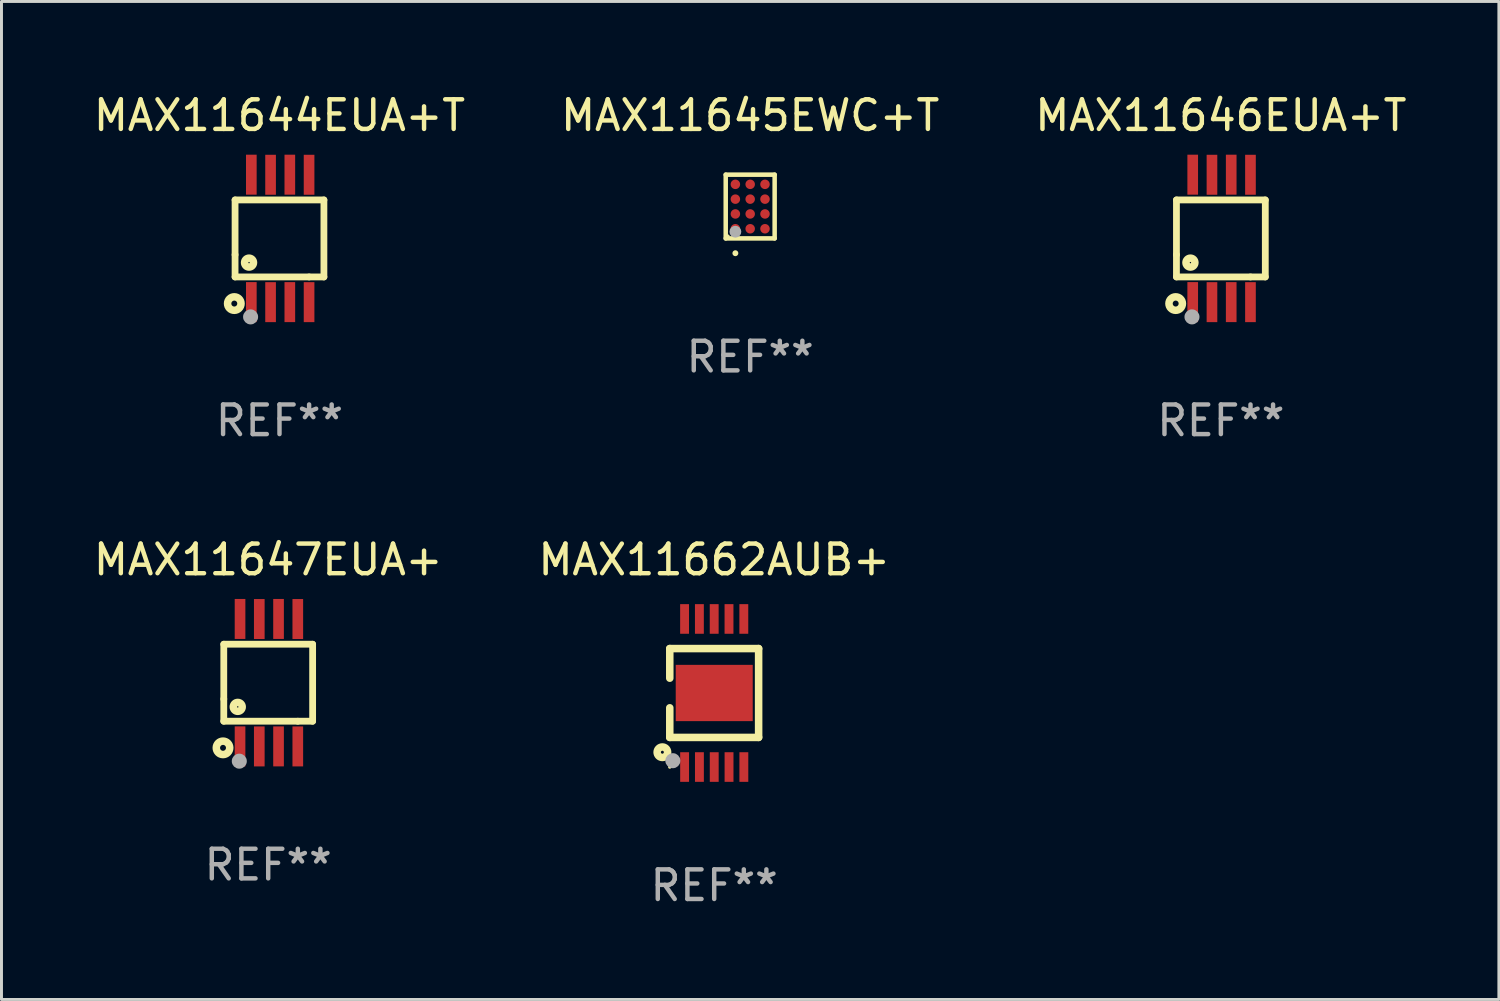
<source format=kicad_pcb>
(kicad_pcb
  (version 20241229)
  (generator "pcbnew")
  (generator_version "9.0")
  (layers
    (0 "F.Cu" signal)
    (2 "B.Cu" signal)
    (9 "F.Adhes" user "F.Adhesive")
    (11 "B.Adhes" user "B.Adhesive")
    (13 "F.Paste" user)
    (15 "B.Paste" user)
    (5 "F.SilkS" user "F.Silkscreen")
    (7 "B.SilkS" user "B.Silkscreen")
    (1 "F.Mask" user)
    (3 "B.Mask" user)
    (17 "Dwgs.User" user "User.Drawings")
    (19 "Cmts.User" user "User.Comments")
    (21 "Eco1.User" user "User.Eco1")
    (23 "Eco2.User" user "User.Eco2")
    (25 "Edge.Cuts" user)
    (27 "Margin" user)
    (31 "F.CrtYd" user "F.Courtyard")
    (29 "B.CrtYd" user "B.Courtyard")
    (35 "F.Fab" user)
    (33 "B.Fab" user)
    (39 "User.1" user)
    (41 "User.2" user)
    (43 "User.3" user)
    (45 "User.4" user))
  (footprint "MAX11647EUA+"
    (layer "F.Cu")
    (at 6.006 20.001)
    (property "Reference" "MAX11647EUA+" (at 0 -4.152 0) (layer "F.SilkS") (effects (font (size 1 1) (thickness 0.15))))
    (attr through_hole)
    (fp_line (start -1.5 1.301) (end 1 1.301) (stroke (width 0.229) (type solid)) (layer "F.SilkS"))
    (fp_line (start -1.5 -1.299) (end -1.5 0.551) (stroke (width 0.229) (type solid)) (layer "F.SilkS"))
    (fp_line (start -1.5 0.551) (end -1.5 1.301) (stroke (width 0.229) (type solid)) (layer "F.SilkS"))
    (fp_line (start 1 1.301) (end 1.5 1.301) (stroke (width 0.229) (type solid)) (layer "F.SilkS"))
    (fp_line (start 1.5 1.301) (end 1.5 -1.299) (stroke (width 0.229) (type solid)) (layer "F.SilkS"))
    (fp_line (start 1.5 -1.299) (end -1.5 -1.299) (stroke (width 0.229) (type solid)) (layer "F.SilkS"))
    (fp_circle (center -1.526 2.2) (end -1.426 2.2) (stroke (width 0.254) (type solid)) (fill no) (layer "F.SilkS"))
    (fp_circle (center -1.476 2.45) (end -1.446 2.45) (stroke (width 0.06) (type solid)) (fill no) (layer "F.SilkS"))
    (fp_circle (center -1.028 0.817) (end -0.878 0.817) (stroke (width 0.254) (type solid)) (fill no) (layer "F.SilkS"))
    (fp_circle (center -0.976 2.65) (end -0.849 2.65) (stroke (width 0.254) (type solid)) (fill no) (layer "F.Fab"))
    (fp_text user "REF**" (at 0 6.152 0) (layer "F.Fab") (effects (font (size 1 1) (thickness 0.15))))
    (pad "1" smd rect (at -0.951 2.15) (size 0.36 1.35) (layers "F.Cu" "F.Mask" "F.Paste"))
    (pad "2" smd rect (at -0.301 2.152) (size 0.36 1.35) (layers "F.Cu" "F.Mask" "F.Paste"))
    (pad "3" smd rect (at 0.349 2.151) (size 0.36 1.35) (layers "F.Cu" "F.Mask" "F.Paste"))
    (pad "4" smd rect (at 0.999 2.152) (size 0.36 1.35) (layers "F.Cu" "F.Mask" "F.Paste"))
    (pad "5" smd rect (at 0.999 -2.149) (size 0.36 1.35) (layers "F.Cu" "F.Mask" "F.Paste"))
    (pad "6" smd rect (at 0.349 -2.152) (size 0.36 1.35) (layers "F.Cu" "F.Mask" "F.Paste"))
    (pad "7" smd rect (at -0.301 -2.149) (size 0.36 1.35) (layers "F.Cu" "F.Mask" "F.Paste"))
    (pad "8" smd rect (at -0.951 -2.152) (size 0.36 1.35) (layers "F.Cu" "F.Mask" "F.Paste")))
  (footprint "MAX11662AUB+"
    (layer "F.Cu")
    (at 21.065 20.349)
    (property "Reference" "MAX11662AUB+" (at 0 -4.5 0) (layer "F.SilkS") (effects (font (size 1 1) (thickness 0.15))))
    (attr through_hole)
    (fp_line (start -1.5 -1.5) (end -1.5 -0.5) (stroke (width 0.254) (type solid)) (layer "F.SilkS"))
    (fp_line (start -1.5 1.5) (end -1.5 0.5) (stroke (width 0.254) (type solid)) (layer "F.SilkS"))
    (fp_line (start -1.5 1.5) (end 1.5 1.5) (stroke (width 0.254) (type solid)) (layer "F.SilkS"))
    (fp_line (start 1.5 1.5) (end 1.5 -1.5) (stroke (width 0.254) (type solid)) (layer "F.SilkS"))
    (fp_line (start 1.5 -1.5) (end -1.5 -1.5) (stroke (width 0.254) (type solid)) (layer "F.SilkS"))
    (fp_circle (center -1.75 2) (end -1.573 2) (stroke (width 0.254) (type solid)) (fill no) (layer "F.SilkS"))
    (fp_circle (center -1.499 2.5) (end -1.469 2.5) (stroke (width 0.06) (type solid)) (fill no) (layer "F.SilkS"))
    (fp_circle (center -1.396 2.286) (end -1.269 2.286) (stroke (width 0.254) (type solid)) (fill no) (layer "F.Fab"))
    (fp_text user "REF**" (at 0 6.5 0) (layer "F.Fab") (effects (font (size 1 1) (thickness 0.15))))
    (pad "1" smd rect (at -0.999 2.5 180) (size 0.3 1) (layers "F.Cu" "F.Mask" "F.Paste"))
    (pad "2" smd rect (at -0.499 2.5 180) (size 0.3 1) (layers "F.Cu" "F.Mask" "F.Paste"))
    (pad "3" smd rect (at 0.001 2.5 180) (size 0.3 1) (layers "F.Cu" "F.Mask" "F.Paste"))
    (pad "4" smd rect (at 0.501 2.5 180) (size 0.3 1) (layers "F.Cu" "F.Mask" "F.Paste"))
    (pad "5" smd rect (at 1.001 2.5 180) (size 0.3 1) (layers "F.Cu" "F.Mask" "F.Paste"))
    (pad "6" smd rect (at 1 -2.5 180) (size 0.3 1) (layers "F.Cu" "F.Mask" "F.Paste"))
    (pad "7" smd rect (at 0.5 -2.5 180) (size 0.3 1) (layers "F.Cu" "F.Mask" "F.Paste"))
    (pad "8" smd rect (at -0.000165 -2.5 180) (size 0.3 1) (layers "F.Cu" "F.Mask" "F.Paste"))
    (pad "9" smd rect (at -0.5 -2.5 180) (size 0.3 1) (layers "F.Cu" "F.Mask" "F.Paste"))
    (pad "10" smd rect (at -1 -2.5 180) (size 0.3 1) (layers "F.Cu" "F.Mask" "F.Paste"))
    (pad "11" smd rect (at 0.001 -0.000127 270) (size 1.9 2.6) (layers "F.Cu" "F.Mask" "F.Paste")))
  (footprint "MAX11645EWC+T"
    (layer "F.Cu")
    (at 22.28 3.924)
    (property "Reference" "MAX11645EWC+T" (at 0 -3.076 0) (layer "F.SilkS") (effects (font (size 1 1) (thickness 0.15))))
    (attr through_hole)
    (fp_line (start -0.826 -1.076) (end 0.826 -1.076) (stroke (width 0.152) (type solid)) (layer "F.SilkS"))
    (fp_line (start -0.826 1.076) (end -0.826 -1.076) (stroke (width 0.152) (type solid)) (layer "F.SilkS"))
    (fp_line (start 0.826 -1.076) (end 0.826 1.076) (stroke (width 0.152) (type solid)) (layer "F.SilkS"))
    (fp_line (start 0.826 1.076) (end -0.826 1.076) (stroke (width 0.152) (type solid)) (layer "F.SilkS"))
    (fp_circle (center -0.75 1) (end -0.72 1) (stroke (width 0.06) (type solid)) (fill no) (layer "F.SilkS"))
    (fp_circle (center -0.5 1.576) (end -0.45 1.576) (stroke (width 0.1) (type solid)) (fill no) (layer "F.SilkS"))
    (fp_circle (center -0.5 0.85) (end -0.4 0.85) (stroke (width 0.2) (type solid)) (fill no) (layer "F.Fab"))
    (fp_text user "REF**" (at 0 5.076 0) (layer "F.Fab") (effects (font (size 1 1) (thickness 0.15))))
    (pad "A1" smd circle (at -0.5 0.75) (size 0.32 0.32) (layers "F.Cu" "F.Mask" "F.Paste"))
    (pad "A2" smd circle (at -0.5 0.25) (size 0.32 0.32) (layers "F.Cu" "F.Mask" "F.Paste"))
    (pad "A3" smd circle (at -0.5 -0.25) (size 0.32 0.32) (layers "F.Cu" "F.Mask" "F.Paste"))
    (pad "A4" smd circle (at -0.5 -0.75) (size 0.32 0.32) (layers "F.Cu" "F.Mask" "F.Paste"))
    (pad "B1" smd circle (at -0.000013 0.75) (size 0.32 0.32) (layers "F.Cu" "F.Mask" "F.Paste"))
    (pad "B2" smd circle (at -0.000013 0.25) (size 0.32 0.32) (layers "F.Cu" "F.Mask" "F.Paste"))
    (pad "B3" smd circle (at -0.000013 -0.25) (size 0.32 0.32) (layers "F.Cu" "F.Mask" "F.Paste"))
    (pad "B4" smd circle (at -0.000013 -0.75) (size 0.32 0.32) (layers "F.Cu" "F.Mask" "F.Paste"))
    (pad "C1" smd circle (at 0.5 0.75) (size 0.32 0.32) (layers "F.Cu" "F.Mask" "F.Paste"))
    (pad "C2" smd circle (at 0.5 0.25) (size 0.32 0.32) (layers "F.Cu" "F.Mask" "F.Paste"))
    (pad "C3" smd circle (at 0.5 -0.25) (size 0.32 0.32) (layers "F.Cu" "F.Mask" "F.Paste"))
    (pad "C4" smd circle (at 0.5 -0.75) (size 0.32 0.32) (layers "F.Cu" "F.Mask" "F.Paste")))
  (footprint "MAX11646EUA+T"
    (layer "F.Cu")
    (at 38.173 5)
    (property "Reference" "MAX11646EUA+T" (at 0 -4.152 0) (layer "F.SilkS") (effects (font (size 1 1) (thickness 0.15))))
    (attr through_hole)
    (fp_line (start -1.5 1.301) (end 1 1.301) (stroke (width 0.229) (type solid)) (layer "F.SilkS"))
    (fp_line (start -1.5 -1.299) (end -1.5 0.551) (stroke (width 0.229) (type solid)) (layer "F.SilkS"))
    (fp_line (start -1.5 0.551) (end -1.5 1.301) (stroke (width 0.229) (type solid)) (layer "F.SilkS"))
    (fp_line (start 1 1.301) (end 1.5 1.301) (stroke (width 0.229) (type solid)) (layer "F.SilkS"))
    (fp_line (start 1.5 1.301) (end 1.5 -1.299) (stroke (width 0.229) (type solid)) (layer "F.SilkS"))
    (fp_line (start 1.5 -1.299) (end -1.5 -1.299) (stroke (width 0.229) (type solid)) (layer "F.SilkS"))
    (fp_circle (center -1.526 2.2) (end -1.426 2.2) (stroke (width 0.254) (type solid)) (fill no) (layer "F.SilkS"))
    (fp_circle (center -1.476 2.45) (end -1.446 2.45) (stroke (width 0.06) (type solid)) (fill no) (layer "F.SilkS"))
    (fp_circle (center -1.028 0.817) (end -0.878 0.817) (stroke (width 0.254) (type solid)) (fill no) (layer "F.SilkS"))
    (fp_circle (center -0.976 2.65) (end -0.849 2.65) (stroke (width 0.254) (type solid)) (fill no) (layer "F.Fab"))
    (fp_text user "REF**" (at 0 6.152 0) (layer "F.Fab") (effects (font (size 1 1) (thickness 0.15))))
    (pad "1" smd rect (at -0.951 2.15) (size 0.36 1.35) (layers "F.Cu" "F.Mask" "F.Paste"))
    (pad "2" smd rect (at -0.301 2.152) (size 0.36 1.35) (layers "F.Cu" "F.Mask" "F.Paste"))
    (pad "3" smd rect (at 0.349 2.151) (size 0.36 1.35) (layers "F.Cu" "F.Mask" "F.Paste"))
    (pad "4" smd rect (at 0.999 2.152) (size 0.36 1.35) (layers "F.Cu" "F.Mask" "F.Paste"))
    (pad "5" smd rect (at 0.999 -2.149) (size 0.36 1.35) (layers "F.Cu" "F.Mask" "F.Paste"))
    (pad "6" smd rect (at 0.349 -2.152) (size 0.36 1.35) (layers "F.Cu" "F.Mask" "F.Paste"))
    (pad "7" smd rect (at -0.301 -2.149) (size 0.36 1.35) (layers "F.Cu" "F.Mask" "F.Paste"))
    (pad "8" smd rect (at -0.951 -2.152) (size 0.36 1.35) (layers "F.Cu" "F.Mask" "F.Paste")))
  (footprint "MAX11644EUA+T"
    (layer "F.Cu")
    (at 6.387 5)
    (property "Reference" "MAX11644EUA+T" (at 0 -4.152 0) (layer "F.SilkS") (effects (font (size 1 1) (thickness 0.15))))
    (attr through_hole)
    (fp_line (start -1.5 1.301) (end 1 1.301) (stroke (width 0.229) (type solid)) (layer "F.SilkS"))
    (fp_line (start -1.5 -1.299) (end -1.5 0.551) (stroke (width 0.229) (type solid)) (layer "F.SilkS"))
    (fp_line (start -1.5 0.551) (end -1.5 1.301) (stroke (width 0.229) (type solid)) (layer "F.SilkS"))
    (fp_line (start 1 1.301) (end 1.5 1.301) (stroke (width 0.229) (type solid)) (layer "F.SilkS"))
    (fp_line (start 1.5 1.301) (end 1.5 -1.299) (stroke (width 0.229) (type solid)) (layer "F.SilkS"))
    (fp_line (start 1.5 -1.299) (end -1.5 -1.299) (stroke (width 0.229) (type solid)) (layer "F.SilkS"))
    (fp_circle (center -1.526 2.2) (end -1.426 2.2) (stroke (width 0.254) (type solid)) (fill no) (layer "F.SilkS"))
    (fp_circle (center -1.476 2.45) (end -1.446 2.45) (stroke (width 0.06) (type solid)) (fill no) (layer "F.SilkS"))
    (fp_circle (center -1.028 0.817) (end -0.878 0.817) (stroke (width 0.254) (type solid)) (fill no) (layer "F.SilkS"))
    (fp_circle (center -0.976 2.65) (end -0.849 2.65) (stroke (width 0.254) (type solid)) (fill no) (layer "F.Fab"))
    (fp_text user "REF**" (at 0 6.152 0) (layer "F.Fab") (effects (font (size 1 1) (thickness 0.15))))
    (pad "1" smd rect (at -0.951 2.15) (size 0.36 1.35) (layers "F.Cu" "F.Mask" "F.Paste"))
    (pad "2" smd rect (at -0.301 2.152) (size 0.36 1.35) (layers "F.Cu" "F.Mask" "F.Paste"))
    (pad "3" smd rect (at 0.349 2.151) (size 0.36 1.35) (layers "F.Cu" "F.Mask" "F.Paste"))
    (pad "4" smd rect (at 0.999 2.152) (size 0.36 1.35) (layers "F.Cu" "F.Mask" "F.Paste"))
    (pad "5" smd rect (at 0.999 -2.149) (size 0.36 1.35) (layers "F.Cu" "F.Mask" "F.Paste"))
    (pad "6" smd rect (at 0.349 -2.152) (size 0.36 1.35) (layers "F.Cu" "F.Mask" "F.Paste"))
    (pad "7" smd rect (at -0.301 -2.149) (size 0.36 1.35) (layers "F.Cu" "F.Mask" "F.Paste"))
    (pad "8" smd rect (at -0.951 -2.152) (size 0.36 1.35) (layers "F.Cu" "F.Mask" "F.Paste")))
  (gr_rect
    (start -3 -3)
    (end 47.56 30.697)
    (stroke (width 0.1) (type default))
    (fill no)
    (layer "Edge.Cuts")))
</source>
